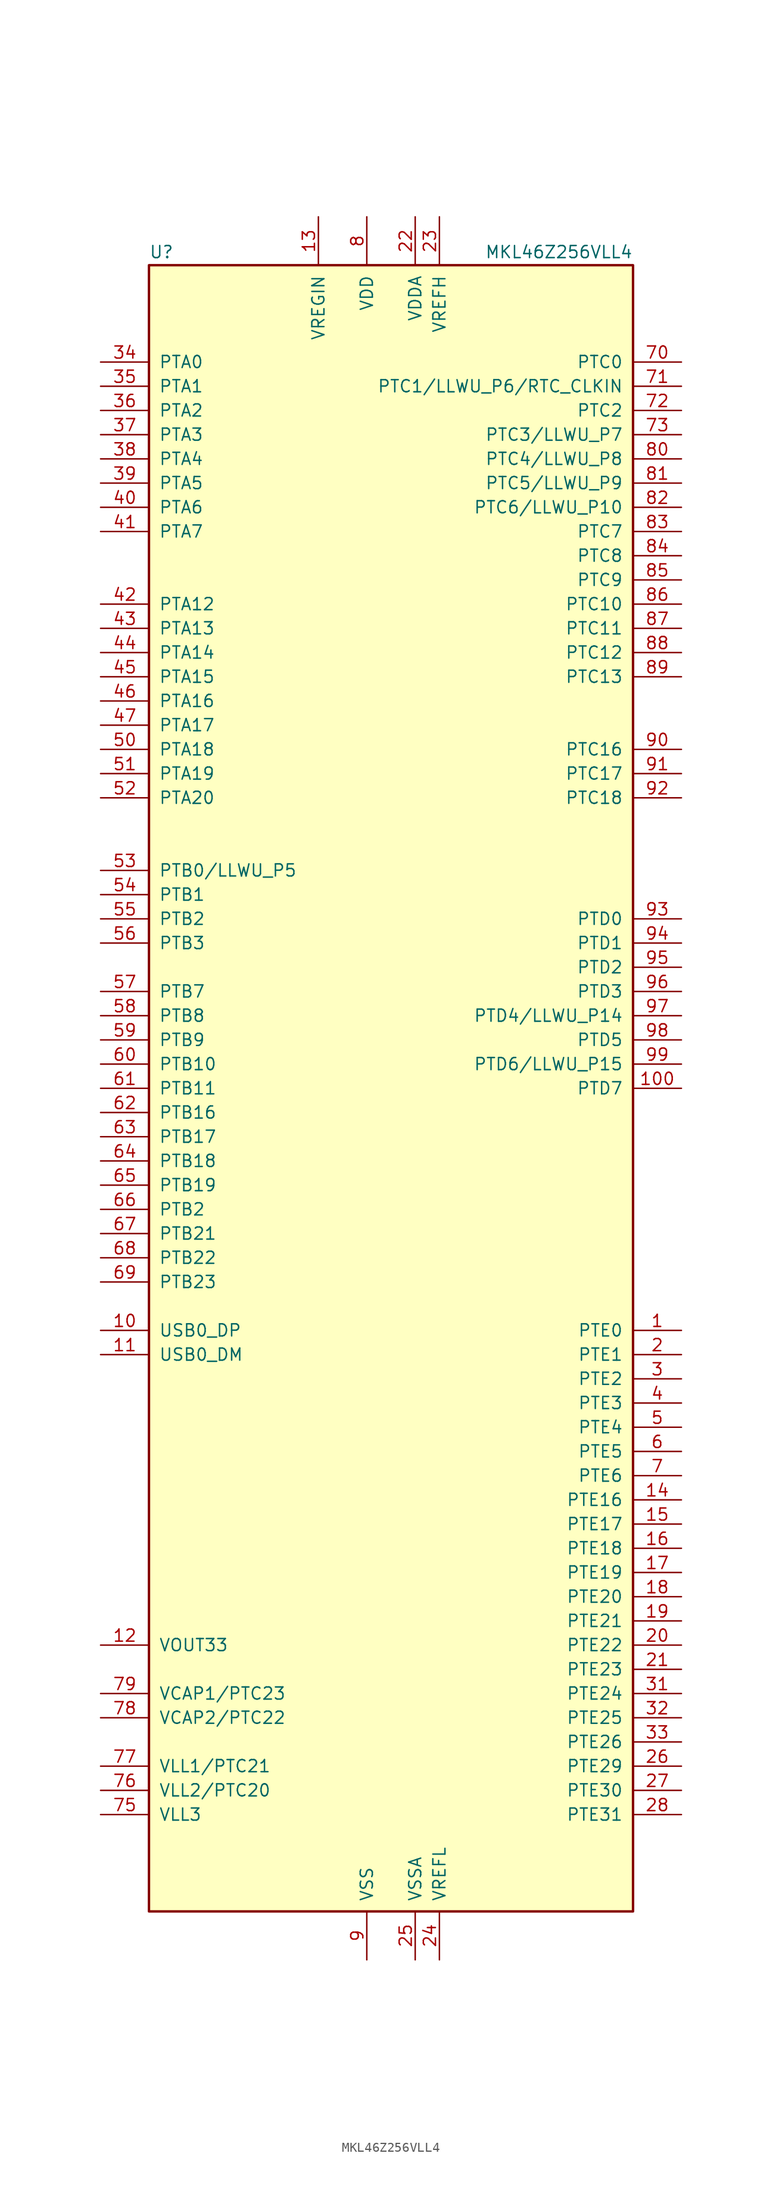
<source format=kicad_sym>
(kicad_symbol_lib
  (version 20211014)
  (generator kicad_symbol_editor)
  (symbol "MKL46Z256VLL4"
    (pin_names
      (offset 1.016))
    (property "Reference" "U"
      (at -25.4 86.995 0)
      (effects (font (size 1.27 1.27)) (justify left bottom)))
    (property "Value" "MKL46Z256VLL4"
      (at 25.4 86.995 0)
      (effects (font (size 1.27 1.27)) (justify right bottom)))
    (symbol "MKL46Z256VLL4_0_1"
      (rectangle (start -25.4 86.36) (end 25.4 -86.36) (stroke (width 0.254) (type default) (color 0 0 0 0)) (fill (type background))))
    (symbol "MKL46Z256VLL4_1_1"
      (pin bidirectional line (at 30.48 -25.4 180) (length 5.08) (name "PTE0" (effects (font (size 1.27 1.27)))) (number "1" (effects (font (size 1.27 1.27)))))
      (pin bidirectional line (at -30.48 -25.4 0) (length 5.08) (name "USB0_DP" (effects (font (size 1.27 1.27)))) (number "10" (effects (font (size 1.27 1.27)))))
      (pin bidirectional line (at 30.48 0 180) (length 5.08) (name "PTD7" (effects (font (size 1.27 1.27)))) (number "100" (effects (font (size 1.27 1.27)))))
      (pin bidirectional line (at -30.48 -27.94 0) (length 5.08) (name "USB0_DM" (effects (font (size 1.27 1.27)))) (number "11" (effects (font (size 1.27 1.27)))))
      (pin power_out line (at -30.48 -58.42 0) (length 5.08) (name "VOUT33" (effects (font (size 1.27 1.27)))) (number "12" (effects (font (size 1.27 1.27)))))
      (pin power_in line (at -7.62 91.44 270) (length 5.08) (name "VREGIN" (effects (font (size 1.27 1.27)))) (number "13" (effects (font (size 1.27 1.27)))))
      (pin bidirectional line (at 30.48 -43.18 180) (length 5.08) (name "PTE16" (effects (font (size 1.27 1.27)))) (number "14" (effects (font (size 1.27 1.27)))))
      (pin bidirectional line (at 30.48 -45.72 180) (length 5.08) (name "PTE17" (effects (font (size 1.27 1.27)))) (number "15" (effects (font (size 1.27 1.27)))))
      (pin bidirectional line (at 30.48 -48.26 180) (length 5.08) (name "PTE18" (effects (font (size 1.27 1.27)))) (number "16" (effects (font (size 1.27 1.27)))))
      (pin bidirectional line (at 30.48 -50.8 180) (length 5.08) (name "PTE19" (effects (font (size 1.27 1.27)))) (number "17" (effects (font (size 1.27 1.27)))))
      (pin bidirectional line (at 30.48 -53.34 180) (length 5.08) (name "PTE20" (effects (font (size 1.27 1.27)))) (number "18" (effects (font (size 1.27 1.27)))))
      (pin bidirectional line (at 30.48 -55.88 180) (length 5.08) (name "PTE21" (effects (font (size 1.27 1.27)))) (number "19" (effects (font (size 1.27 1.27)))))
      (pin bidirectional line (at 30.48 -27.94 180) (length 5.08) (name "PTE1" (effects (font (size 1.27 1.27)))) (number "2" (effects (font (size 1.27 1.27)))))
      (pin bidirectional line (at 30.48 -58.42 180) (length 5.08) (name "PTE22" (effects (font (size 1.27 1.27)))) (number "20" (effects (font (size 1.27 1.27)))))
      (pin bidirectional line (at 30.48 -60.96 180) (length 5.08) (name "PTE23" (effects (font (size 1.27 1.27)))) (number "21" (effects (font (size 1.27 1.27)))))
      (pin power_in line (at 2.54 91.44 270) (length 5.08) (name "VDDA" (effects (font (size 1.27 1.27)))) (number "22" (effects (font (size 1.27 1.27)))))
      (pin power_in line (at 5.08 91.44 270) (length 5.08) (name "VREFH" (effects (font (size 1.27 1.27)))) (number "23" (effects (font (size 1.27 1.27)))))
      (pin power_in line (at 5.08 -91.44 90) (length 5.08) (name "VREFL" (effects (font (size 1.27 1.27)))) (number "24" (effects (font (size 1.27 1.27)))))
      (pin power_in line (at 2.54 -91.44 90) (length 5.08) (name "VSSA" (effects (font (size 1.27 1.27)))) (number "25" (effects (font (size 1.27 1.27)))))
      (pin bidirectional line (at 30.48 -71.12 180) (length 5.08) (name "PTE29" (effects (font (size 1.27 1.27)))) (number "26" (effects (font (size 1.27 1.27)))))
      (pin bidirectional line (at 30.48 -73.66 180) (length 5.08) (name "PTE30" (effects (font (size 1.27 1.27)))) (number "27" (effects (font (size 1.27 1.27)))))
      (pin bidirectional line (at 30.48 -76.2 180) (length 5.08) (name "PTE31" (effects (font (size 1.27 1.27)))) (number "28" (effects (font (size 1.27 1.27)))))
      (pin passive line (at -2.54 -91.44 90) (length 5.08) hide (name "VSS" (effects (font (size 1.27 1.27)))) (number "29" (effects (font (size 1.27 1.27)))))
      (pin bidirectional line (at 30.48 -30.48 180) (length 5.08) (name "PTE2" (effects (font (size 1.27 1.27)))) (number "3" (effects (font (size 1.27 1.27)))))
      (pin passive line (at -2.54 91.44 270) (length 5.08) hide (name "VDD" (effects (font (size 1.27 1.27)))) (number "30" (effects (font (size 1.27 1.27)))))
      (pin bidirectional line (at 30.48 -63.5 180) (length 5.08) (name "PTE24" (effects (font (size 1.27 1.27)))) (number "31" (effects (font (size 1.27 1.27)))))
      (pin bidirectional line (at 30.48 -66.04 180) (length 5.08) (name "PTE25" (effects (font (size 1.27 1.27)))) (number "32" (effects (font (size 1.27 1.27)))))
      (pin bidirectional line (at 30.48 -68.58 180) (length 5.08) (name "PTE26" (effects (font (size 1.27 1.27)))) (number "33" (effects (font (size 1.27 1.27)))))
      (pin bidirectional line (at -30.48 76.2 0) (length 5.08) (name "PTA0" (effects (font (size 1.27 1.27)))) (number "34" (effects (font (size 1.27 1.27)))))
      (pin bidirectional line (at -30.48 73.66 0) (length 5.08) (name "PTA1" (effects (font (size 1.27 1.27)))) (number "35" (effects (font (size 1.27 1.27)))))
      (pin bidirectional line (at -30.48 71.12 0) (length 5.08) (name "PTA2" (effects (font (size 1.27 1.27)))) (number "36" (effects (font (size 1.27 1.27)))))
      (pin bidirectional line (at -30.48 68.58 0) (length 5.08) (name "PTA3" (effects (font (size 1.27 1.27)))) (number "37" (effects (font (size 1.27 1.27)))))
      (pin bidirectional line (at -30.48 66.04 0) (length 5.08) (name "PTA4" (effects (font (size 1.27 1.27)))) (number "38" (effects (font (size 1.27 1.27)))))
      (pin bidirectional line (at -30.48 63.5 0) (length 5.08) (name "PTA5" (effects (font (size 1.27 1.27)))) (number "39" (effects (font (size 1.27 1.27)))))
      (pin bidirectional line (at 30.48 -33.02 180) (length 5.08) (name "PTE3" (effects (font (size 1.27 1.27)))) (number "4" (effects (font (size 1.27 1.27)))))
      (pin bidirectional line (at -30.48 60.96 0) (length 5.08) (name "PTA6" (effects (font (size 1.27 1.27)))) (number "40" (effects (font (size 1.27 1.27)))))
      (pin bidirectional line (at -30.48 58.42 0) (length 5.08) (name "PTA7" (effects (font (size 1.27 1.27)))) (number "41" (effects (font (size 1.27 1.27)))))
      (pin bidirectional line (at -30.48 50.8 0) (length 5.08) (name "PTA12" (effects (font (size 1.27 1.27)))) (number "42" (effects (font (size 1.27 1.27)))))
      (pin bidirectional line (at -30.48 48.26 0) (length 5.08) (name "PTA13" (effects (font (size 1.27 1.27)))) (number "43" (effects (font (size 1.27 1.27)))))
      (pin bidirectional line (at -30.48 45.72 0) (length 5.08) (name "PTA14" (effects (font (size 1.27 1.27)))) (number "44" (effects (font (size 1.27 1.27)))))
      (pin bidirectional line (at -30.48 43.18 0) (length 5.08) (name "PTA15" (effects (font (size 1.27 1.27)))) (number "45" (effects (font (size 1.27 1.27)))))
      (pin bidirectional line (at -30.48 40.64 0) (length 5.08) (name "PTA16" (effects (font (size 1.27 1.27)))) (number "46" (effects (font (size 1.27 1.27)))))
      (pin bidirectional line (at -30.48 38.1 0) (length 5.08) (name "PTA17" (effects (font (size 1.27 1.27)))) (number "47" (effects (font (size 1.27 1.27)))))
      (pin passive line (at -2.54 91.44 270) (length 5.08) hide (name "VDD" (effects (font (size 1.27 1.27)))) (number "48" (effects (font (size 1.27 1.27)))))
      (pin passive line (at -2.54 -91.44 90) (length 5.08) hide (name "VSS" (effects (font (size 1.27 1.27)))) (number "49" (effects (font (size 1.27 1.27)))))
      (pin bidirectional line (at 30.48 -35.56 180) (length 5.08) (name "PTE4" (effects (font (size 1.27 1.27)))) (number "5" (effects (font (size 1.27 1.27)))))
      (pin bidirectional line (at -30.48 35.56 0) (length 5.08) (name "PTA18" (effects (font (size 1.27 1.27)))) (number "50" (effects (font (size 1.27 1.27)))))
      (pin bidirectional line (at -30.48 33.02 0) (length 5.08) (name "PTA19" (effects (font (size 1.27 1.27)))) (number "51" (effects (font (size 1.27 1.27)))))
      (pin bidirectional line (at -30.48 30.48 0) (length 5.08) (name "PTA20" (effects (font (size 1.27 1.27)))) (number "52" (effects (font (size 1.27 1.27)))))
      (pin bidirectional line (at -30.48 22.86 0) (length 5.08) (name "PTB0/LLWU_P5" (effects (font (size 1.27 1.27)))) (number "53" (effects (font (size 1.27 1.27)))))
      (pin bidirectional line (at -30.48 20.32 0) (length 5.08) (name "PTB1" (effects (font (size 1.27 1.27)))) (number "54" (effects (font (size 1.27 1.27)))))
      (pin bidirectional line (at -30.48 17.78 0) (length 5.08) (name "PTB2" (effects (font (size 1.27 1.27)))) (number "55" (effects (font (size 1.27 1.27)))))
      (pin bidirectional line (at -30.48 15.24 0) (length 5.08) (name "PTB3" (effects (font (size 1.27 1.27)))) (number "56" (effects (font (size 1.27 1.27)))))
      (pin bidirectional line (at -30.48 10.16 0) (length 5.08) (name "PTB7" (effects (font (size 1.27 1.27)))) (number "57" (effects (font (size 1.27 1.27)))))
      (pin bidirectional line (at -30.48 7.62 0) (length 5.08) (name "PTB8" (effects (font (size 1.27 1.27)))) (number "58" (effects (font (size 1.27 1.27)))))
      (pin bidirectional line (at -30.48 5.08 0) (length 5.08) (name "PTB9" (effects (font (size 1.27 1.27)))) (number "59" (effects (font (size 1.27 1.27)))))
      (pin bidirectional line (at 30.48 -38.1 180) (length 5.08) (name "PTE5" (effects (font (size 1.27 1.27)))) (number "6" (effects (font (size 1.27 1.27)))))
      (pin bidirectional line (at -30.48 2.54 0) (length 5.08) (name "PTB10" (effects (font (size 1.27 1.27)))) (number "60" (effects (font (size 1.27 1.27)))))
      (pin bidirectional line (at -30.48 0 0) (length 5.08) (name "PTB11" (effects (font (size 1.27 1.27)))) (number "61" (effects (font (size 1.27 1.27)))))
      (pin bidirectional line (at -30.48 -2.54 0) (length 5.08) (name "PTB16" (effects (font (size 1.27 1.27)))) (number "62" (effects (font (size 1.27 1.27)))))
      (pin bidirectional line (at -30.48 -5.08 0) (length 5.08) (name "PTB17" (effects (font (size 1.27 1.27)))) (number "63" (effects (font (size 1.27 1.27)))))
      (pin bidirectional line (at -30.48 -7.62 0) (length 5.08) (name "PTB18" (effects (font (size 1.27 1.27)))) (number "64" (effects (font (size 1.27 1.27)))))
      (pin bidirectional line (at -30.48 -10.16 0) (length 5.08) (name "PTB19" (effects (font (size 1.27 1.27)))) (number "65" (effects (font (size 1.27 1.27)))))
      (pin bidirectional line (at -30.48 -12.7 0) (length 5.08) (name "PTB2" (effects (font (size 1.27 1.27)))) (number "66" (effects (font (size 1.27 1.27)))))
      (pin bidirectional line (at -30.48 -15.24 0) (length 5.08) (name "PTB21" (effects (font (size 1.27 1.27)))) (number "67" (effects (font (size 1.27 1.27)))))
      (pin bidirectional line (at -30.48 -17.78 0) (length 5.08) (name "PTB22" (effects (font (size 1.27 1.27)))) (number "68" (effects (font (size 1.27 1.27)))))
      (pin bidirectional line (at -30.48 -20.32 0) (length 5.08) (name "PTB23" (effects (font (size 1.27 1.27)))) (number "69" (effects (font (size 1.27 1.27)))))
      (pin bidirectional line (at 30.48 -40.64 180) (length 5.08) (name "PTE6" (effects (font (size 1.27 1.27)))) (number "7" (effects (font (size 1.27 1.27)))))
      (pin bidirectional line (at 30.48 76.2 180) (length 5.08) (name "PTC0" (effects (font (size 1.27 1.27)))) (number "70" (effects (font (size 1.27 1.27)))))
      (pin bidirectional line (at 30.48 73.66 180) (length 5.08) (name "PTC1/LLWU_P6/RTC_CLKIN" (effects (font (size 1.27 1.27)))) (number "71" (effects (font (size 1.27 1.27)))))
      (pin bidirectional line (at 30.48 71.12 180) (length 5.08) (name "PTC2" (effects (font (size 1.27 1.27)))) (number "72" (effects (font (size 1.27 1.27)))))
      (pin bidirectional line (at 30.48 68.58 180) (length 5.08) (name "PTC3/LLWU_P7" (effects (font (size 1.27 1.27)))) (number "73" (effects (font (size 1.27 1.27)))))
      (pin passive line (at -2.54 -91.44 90) (length 5.08) hide (name "VSS" (effects (font (size 1.27 1.27)))) (number "74" (effects (font (size 1.27 1.27)))))
      (pin power_out line (at -30.48 -76.2 0) (length 5.08) (name "VLL3" (effects (font (size 1.27 1.27)))) (number "75" (effects (font (size 1.27 1.27)))))
      (pin power_out line (at -30.48 -73.66 0) (length 5.08) (name "VLL2/PTC20" (effects (font (size 1.27 1.27)))) (number "76" (effects (font (size 1.27 1.27)))))
      (pin power_out line (at -30.48 -71.12 0) (length 5.08) (name "VLL1/PTC21" (effects (font (size 1.27 1.27)))) (number "77" (effects (font (size 1.27 1.27)))))
      (pin passive line (at -30.48 -66.04 0) (length 5.08) (name "VCAP2/PTC22" (effects (font (size 1.27 1.27)))) (number "78" (effects (font (size 1.27 1.27)))))
      (pin passive line (at -30.48 -63.5 0) (length 5.08) (name "VCAP1/PTC23" (effects (font (size 1.27 1.27)))) (number "79" (effects (font (size 1.27 1.27)))))
      (pin power_in line (at -2.54 91.44 270) (length 5.08) (name "VDD" (effects (font (size 1.27 1.27)))) (number "8" (effects (font (size 1.27 1.27)))))
      (pin bidirectional line (at 30.48 66.04 180) (length 5.08) (name "PTC4/LLWU_P8" (effects (font (size 1.27 1.27)))) (number "80" (effects (font (size 1.27 1.27)))))
      (pin bidirectional line (at 30.48 63.5 180) (length 5.08) (name "PTC5/LLWU_P9" (effects (font (size 1.27 1.27)))) (number "81" (effects (font (size 1.27 1.27)))))
      (pin bidirectional line (at 30.48 60.96 180) (length 5.08) (name "PTC6/LLWU_P10" (effects (font (size 1.27 1.27)))) (number "82" (effects (font (size 1.27 1.27)))))
      (pin bidirectional line (at 30.48 58.42 180) (length 5.08) (name "PTC7" (effects (font (size 1.27 1.27)))) (number "83" (effects (font (size 1.27 1.27)))))
      (pin bidirectional line (at 30.48 55.88 180) (length 5.08) (name "PTC8" (effects (font (size 1.27 1.27)))) (number "84" (effects (font (size 1.27 1.27)))))
      (pin bidirectional line (at 30.48 53.34 180) (length 5.08) (name "PTC9" (effects (font (size 1.27 1.27)))) (number "85" (effects (font (size 1.27 1.27)))))
      (pin bidirectional line (at 30.48 50.8 180) (length 5.08) (name "PTC10" (effects (font (size 1.27 1.27)))) (number "86" (effects (font (size 1.27 1.27)))))
      (pin bidirectional line (at 30.48 48.26 180) (length 5.08) (name "PTC11" (effects (font (size 1.27 1.27)))) (number "87" (effects (font (size 1.27 1.27)))))
      (pin bidirectional line (at 30.48 45.72 180) (length 5.08) (name "PTC12" (effects (font (size 1.27 1.27)))) (number "88" (effects (font (size 1.27 1.27)))))
      (pin bidirectional line (at 30.48 43.18 180) (length 5.08) (name "PTC13" (effects (font (size 1.27 1.27)))) (number "89" (effects (font (size 1.27 1.27)))))
      (pin power_in line (at -2.54 -91.44 90) (length 5.08) (name "VSS" (effects (font (size 1.27 1.27)))) (number "9" (effects (font (size 1.27 1.27)))))
      (pin bidirectional line (at 30.48 35.56 180) (length 5.08) (name "PTC16" (effects (font (size 1.27 1.27)))) (number "90" (effects (font (size 1.27 1.27)))))
      (pin bidirectional line (at 30.48 33.02 180) (length 5.08) (name "PTC17" (effects (font (size 1.27 1.27)))) (number "91" (effects (font (size 1.27 1.27)))))
      (pin bidirectional line (at 30.48 30.48 180) (length 5.08) (name "PTC18" (effects (font (size 1.27 1.27)))) (number "92" (effects (font (size 1.27 1.27)))))
      (pin bidirectional line (at 30.48 17.78 180) (length 5.08) (name "PTD0" (effects (font (size 1.27 1.27)))) (number "93" (effects (font (size 1.27 1.27)))))
      (pin bidirectional line (at 30.48 15.24 180) (length 5.08) (name "PTD1" (effects (font (size 1.27 1.27)))) (number "94" (effects (font (size 1.27 1.27)))))
      (pin bidirectional line (at 30.48 12.7 180) (length 5.08) (name "PTD2" (effects (font (size 1.27 1.27)))) (number "95" (effects (font (size 1.27 1.27)))))
      (pin bidirectional line (at 30.48 10.16 180) (length 5.08) (name "PTD3" (effects (font (size 1.27 1.27)))) (number "96" (effects (font (size 1.27 1.27)))))
      (pin bidirectional line (at 30.48 7.62 180) (length 5.08) (name "PTD4/LLWU_P14" (effects (font (size 1.27 1.27)))) (number "97" (effects (font (size 1.27 1.27)))))
      (pin bidirectional line (at 30.48 5.08 180) (length 5.08) (name "PTD5" (effects (font (size 1.27 1.27)))) (number "98" (effects (font (size 1.27 1.27)))))
      (pin bidirectional line (at 30.48 2.54 180) (length 5.08) (name "PTD6/LLWU_P15" (effects (font (size 1.27 1.27)))) (number "99" (effects (font (size 1.27 1.27))))))))
</source>
